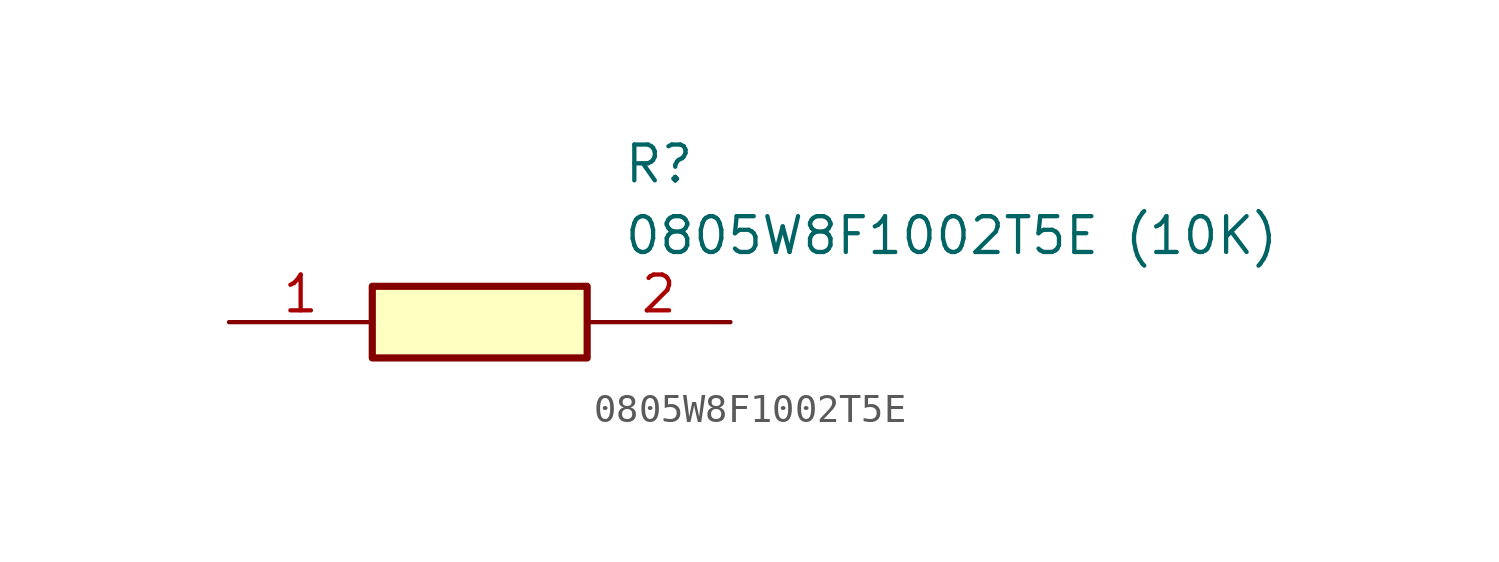
<source format=kicad_sym>
(kicad_symbol_lib
  (version 20231120)
  (generator "kicad_symbol_editor")
  (generator_version "8.0")
  (symbol "0805W8F1002T5E"
    (pin_names hide)
    (property "Reference" "R"
      (at 13.97 6.35 0)
      (effects (font (size 1.27 1.27)) (justify left top)))
    (property "Value" "0805W8F1002T5E (10K)"
      (at 13.97 3.81 0)
      (effects (font (size 1.27 1.27)) (justify left top)))
    (symbol "0805W8F1002T5E_1_1"
      (rectangle (start 5.08 1.27) (end 12.7 -1.27) (stroke (width 0.254) (type default)) (fill (type background)))
      (pin passive line (at 0 0 0) (length 5.08) (name "1" (effects (font (size 1.27 1.27)))) (number "1" (effects (font (size 1.27 1.27)))))
      (pin passive line (at 17.78 0 180) (length 5.08) (name "2" (effects (font (size 1.27 1.27)))) (number "2" (effects (font (size 1.27 1.27))))))))
</source>
